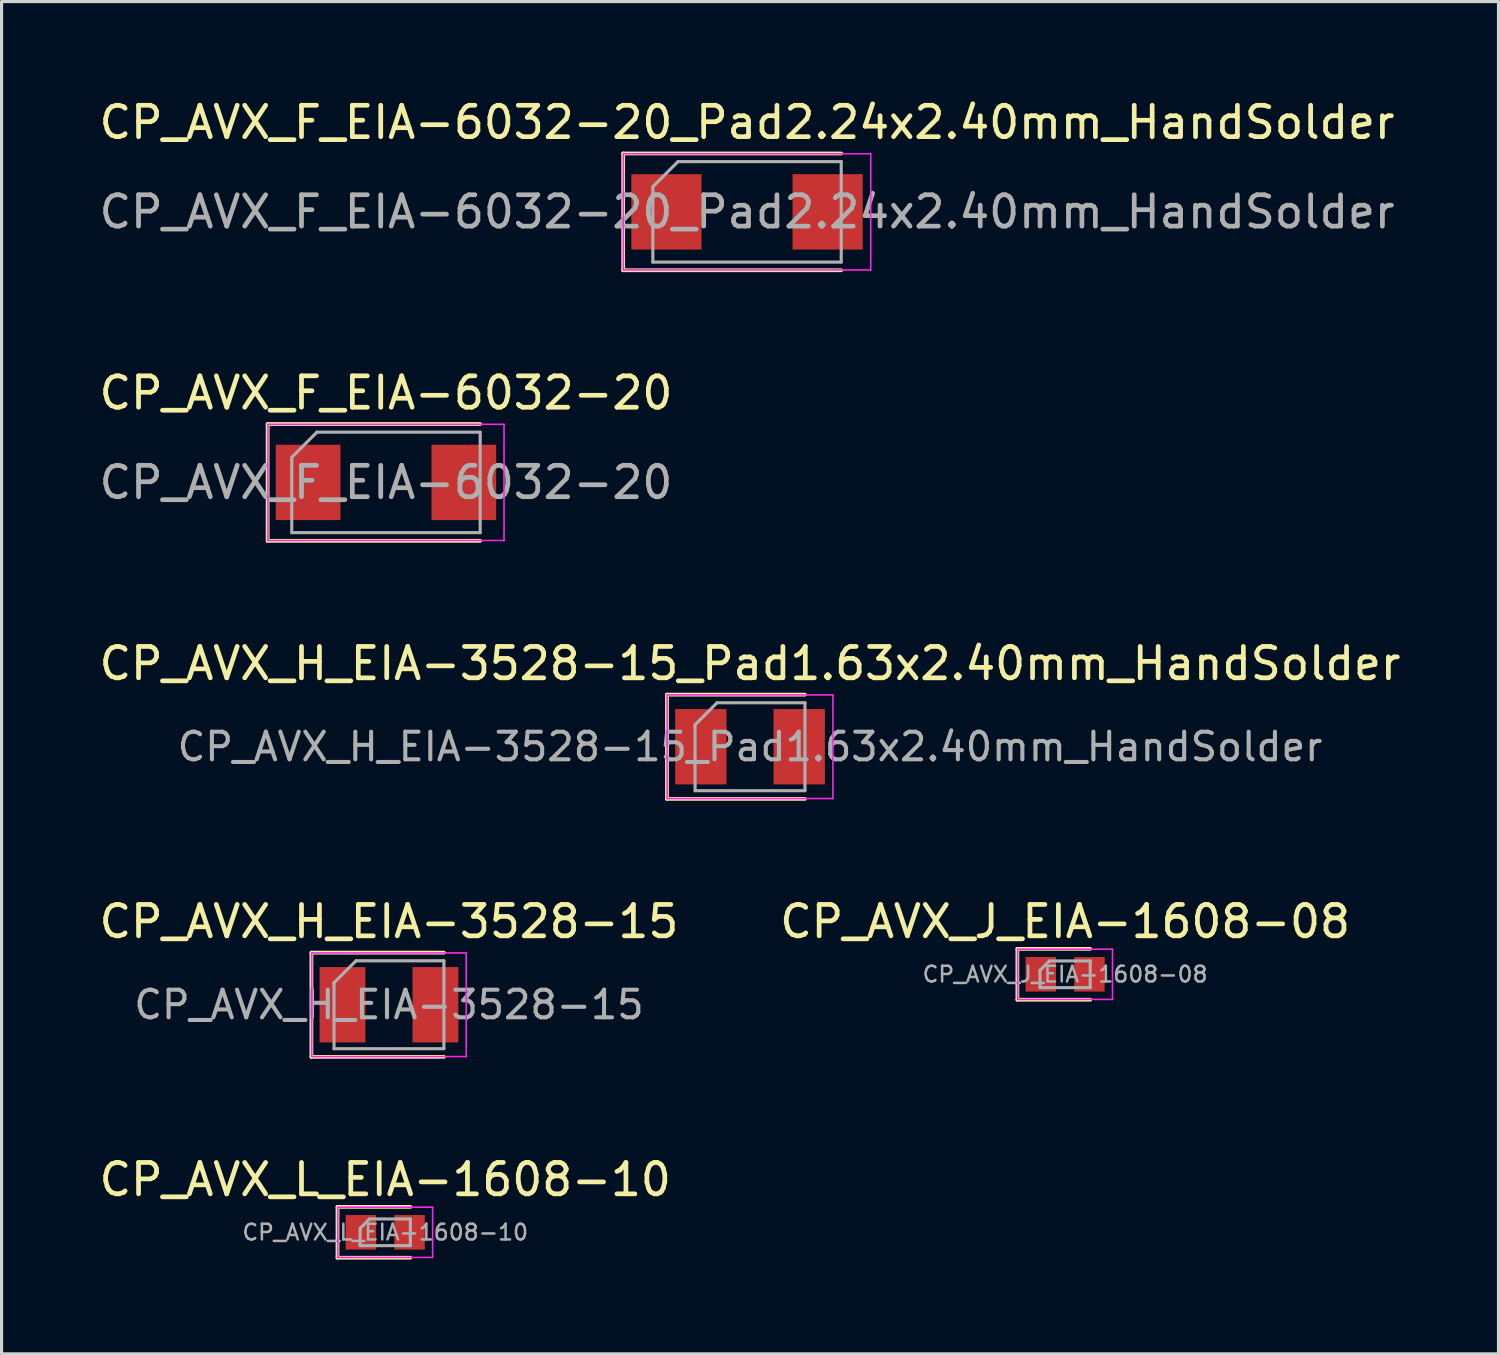
<source format=kicad_pcb>
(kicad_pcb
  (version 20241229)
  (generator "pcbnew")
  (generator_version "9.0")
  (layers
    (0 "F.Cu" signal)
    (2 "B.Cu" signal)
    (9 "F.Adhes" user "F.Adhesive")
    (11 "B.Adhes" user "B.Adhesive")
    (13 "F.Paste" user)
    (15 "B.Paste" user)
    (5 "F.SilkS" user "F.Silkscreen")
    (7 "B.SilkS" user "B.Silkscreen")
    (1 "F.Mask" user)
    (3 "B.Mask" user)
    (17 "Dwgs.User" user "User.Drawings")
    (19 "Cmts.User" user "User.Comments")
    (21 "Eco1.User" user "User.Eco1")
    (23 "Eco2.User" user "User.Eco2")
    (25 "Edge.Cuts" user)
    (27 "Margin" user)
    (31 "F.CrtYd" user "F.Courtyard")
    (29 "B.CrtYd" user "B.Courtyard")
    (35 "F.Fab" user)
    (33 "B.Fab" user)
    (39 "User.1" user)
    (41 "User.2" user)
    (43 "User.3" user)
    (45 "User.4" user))
  (footprint "CP_AVX_H_EIA-3528-15"
    (layer "F.Cu")
    (at 9.339 28.953)
    (property "Reference" "CP_AVX_H_EIA-3528-15" (at 0 -2.65 0) (layer "F.SilkS") (effects (font (size 1 1) (thickness 0.15))))
    (attr smd)
    (fp_line (start -2.47 -1.66) (end -2.47 1.66) (stroke (width 0.12) (type solid)) (layer "F.SilkS"))
    (fp_line (start -2.47 1.66) (end 1.75 1.66) (stroke (width 0.12) (type solid)) (layer "F.SilkS"))
    (fp_line (start 1.75 -1.66) (end -2.47 -1.66) (stroke (width 0.12) (type solid)) (layer "F.SilkS"))
    (fp_line (start -2.46 -1.65) (end 2.46 -1.65) (stroke (width 0.05) (type solid)) (layer "F.CrtYd"))
    (fp_line (start -2.46 1.65) (end -2.46 -1.65) (stroke (width 0.05) (type solid)) (layer "F.CrtYd"))
    (fp_line (start 2.46 -1.65) (end 2.46 1.65) (stroke (width 0.05) (type solid)) (layer "F.CrtYd"))
    (fp_line (start 2.46 1.65) (end -2.46 1.65) (stroke (width 0.05) (type solid)) (layer "F.CrtYd"))
    (fp_line (start -1.75 -0.7) (end -1.75 1.4) (stroke (width 0.1) (type solid)) (layer "F.Fab"))
    (fp_line (start -1.75 1.4) (end 1.75 1.4) (stroke (width 0.1) (type solid)) (layer "F.Fab"))
    (fp_line (start -1.05 -1.4) (end -1.75 -0.7) (stroke (width 0.1) (type solid)) (layer "F.Fab"))
    (fp_line (start 1.75 -1.4) (end -1.05 -1.4) (stroke (width 0.1) (type solid)) (layer "F.Fab"))
    (fp_line (start 1.75 1.4) (end 1.75 -1.4) (stroke (width 0.1) (type solid)) (layer "F.Fab"))
    (fp_text user "${REFERENCE}" (at 0 0 0) (layer "F.Fab") (effects (font (size 0.88 0.88) (thickness 0.13))))
    (pad "1" smd rect (at -1.48 0) (size 1.46 2.4) (layers "F.Cu" "F.Mask" "F.Paste"))
    (pad "2" smd rect (at 1.48 0) (size 1.46 2.4) (layers "F.Cu" "F.Mask" "F.Paste")))
  (footprint "CP_AVX_H_EIA-3528-15_Pad1.63x2.40mm_HandSolder"
    (layer "F.Cu")
    (at 20.839 20.735)
    (property "Reference" "CP_AVX_H_EIA-3528-15_Pad1.63x2.40mm_HandSolder" (at 0 -2.65 0) (layer "F.SilkS") (effects (font (size 1 1) (thickness 0.15))))
    (attr smd)
    (fp_line (start -2.645 -1.66) (end -2.645 1.66) (stroke (width 0.12) (type solid)) (layer "F.SilkS"))
    (fp_line (start -2.645 1.66) (end 1.75 1.66) (stroke (width 0.12) (type solid)) (layer "F.SilkS"))
    (fp_line (start 1.75 -1.66) (end -2.645 -1.66) (stroke (width 0.12) (type solid)) (layer "F.SilkS"))
    (fp_line (start -2.64 -1.65) (end 2.64 -1.65) (stroke (width 0.05) (type solid)) (layer "F.CrtYd"))
    (fp_line (start -2.64 1.65) (end -2.64 -1.65) (stroke (width 0.05) (type solid)) (layer "F.CrtYd"))
    (fp_line (start 2.64 -1.65) (end 2.64 1.65) (stroke (width 0.05) (type solid)) (layer "F.CrtYd"))
    (fp_line (start 2.64 1.65) (end -2.64 1.65) (stroke (width 0.05) (type solid)) (layer "F.CrtYd"))
    (fp_line (start -1.75 -0.7) (end -1.75 1.4) (stroke (width 0.1) (type solid)) (layer "F.Fab"))
    (fp_line (start -1.75 1.4) (end 1.75 1.4) (stroke (width 0.1) (type solid)) (layer "F.Fab"))
    (fp_line (start -1.05 -1.4) (end -1.75 -0.7) (stroke (width 0.1) (type solid)) (layer "F.Fab"))
    (fp_line (start 1.75 -1.4) (end -1.05 -1.4) (stroke (width 0.1) (type solid)) (layer "F.Fab"))
    (fp_line (start 1.75 1.4) (end 1.75 -1.4) (stroke (width 0.1) (type solid)) (layer "F.Fab"))
    (fp_text user "${REFERENCE}" (at 0 0 0) (layer "F.Fab") (effects (font (size 0.88 0.88) (thickness 0.13))))
    (pad "1" smd rect (at -1.567 0) (size 1.635 2.4) (layers "F.Cu" "F.Mask" "F.Paste"))
    (pad "2" smd rect (at 1.567 0) (size 1.635 2.4) (layers "F.Cu" "F.Mask" "F.Paste")))
  (footprint "CP_AVX_J_EIA-1608-08"
    (layer "F.Cu")
    (at 30.875 27.983)
    (property "Reference" "CP_AVX_J_EIA-1608-08" (at 0 -1.68 0) (layer "F.SilkS") (effects (font (size 1 1) (thickness 0.15))))
    (attr smd)
    (fp_line (start -1.52 -0.81) (end -1.52 0.81) (stroke (width 0.12) (type solid)) (layer "F.SilkS"))
    (fp_line (start -1.52 0.81) (end 0.8 0.81) (stroke (width 0.12) (type solid)) (layer "F.SilkS"))
    (fp_line (start 0.8 -0.81) (end -1.52 -0.81) (stroke (width 0.12) (type solid)) (layer "F.SilkS"))
    (fp_line (start -1.51 -0.8) (end 1.51 -0.8) (stroke (width 0.05) (type solid)) (layer "F.CrtYd"))
    (fp_line (start -1.51 0.8) (end -1.51 -0.8) (stroke (width 0.05) (type solid)) (layer "F.CrtYd"))
    (fp_line (start 1.51 -0.8) (end 1.51 0.8) (stroke (width 0.05) (type solid)) (layer "F.CrtYd"))
    (fp_line (start 1.51 0.8) (end -1.51 0.8) (stroke (width 0.05) (type solid)) (layer "F.CrtYd"))
    (fp_line (start -0.8 -0.125) (end -0.8 0.425) (stroke (width 0.1) (type solid)) (layer "F.Fab"))
    (fp_line (start -0.8 0.425) (end 0.8 0.425) (stroke (width 0.1) (type solid)) (layer "F.Fab"))
    (fp_line (start -0.5 -0.425) (end -0.8 -0.125) (stroke (width 0.1) (type solid)) (layer "F.Fab"))
    (fp_line (start 0.8 -0.425) (end -0.5 -0.425) (stroke (width 0.1) (type solid)) (layer "F.Fab"))
    (fp_line (start 0.8 0.425) (end 0.8 -0.425) (stroke (width 0.1) (type solid)) (layer "F.Fab"))
    (fp_text user "${REFERENCE}" (at 0 0 0) (layer "F.Fab") (effects (font (size 0.5 0.5) (thickness 0.08))))
    (pad "1" smd rect (at -0.775 0) (size 0.97 1.1) (layers "F.Cu" "F.Mask" "F.Paste"))
    (pad "2" smd rect (at 0.775 0) (size 0.97 1.1) (layers "F.Cu" "F.Mask" "F.Paste")))
  (footprint "CP_AVX_F_EIA-6032-20_Pad2.24x2.40mm_HandSolder"
    (layer "F.Cu")
    (at 20.744 3.698)
    (property "Reference" "CP_AVX_F_EIA-6032-20_Pad2.24x2.40mm_HandSolder" (at 0 -2.85 0) (layer "F.SilkS") (effects (font (size 1 1) (thickness 0.15))))
    (attr smd)
    (fp_line (start -3.945 -1.86) (end -3.945 1.86) (stroke (width 0.12) (type solid)) (layer "F.SilkS"))
    (fp_line (start -3.945 1.86) (end 3 1.86) (stroke (width 0.12) (type solid)) (layer "F.SilkS"))
    (fp_line (start 3 -1.86) (end -3.945 -1.86) (stroke (width 0.12) (type solid)) (layer "F.SilkS"))
    (fp_line (start -3.94 -1.85) (end 3.94 -1.85) (stroke (width 0.05) (type solid)) (layer "F.CrtYd"))
    (fp_line (start -3.94 1.85) (end -3.94 -1.85) (stroke (width 0.05) (type solid)) (layer "F.CrtYd"))
    (fp_line (start 3.94 -1.85) (end 3.94 1.85) (stroke (width 0.05) (type solid)) (layer "F.CrtYd"))
    (fp_line (start 3.94 1.85) (end -3.94 1.85) (stroke (width 0.05) (type solid)) (layer "F.CrtYd"))
    (fp_line (start -3 -0.8) (end -3 1.6) (stroke (width 0.1) (type solid)) (layer "F.Fab"))
    (fp_line (start -3 1.6) (end 3 1.6) (stroke (width 0.1) (type solid)) (layer "F.Fab"))
    (fp_line (start -2.2 -1.6) (end -3 -0.8) (stroke (width 0.1) (type solid)) (layer "F.Fab"))
    (fp_line (start 3 -1.6) (end -2.2 -1.6) (stroke (width 0.1) (type solid)) (layer "F.Fab"))
    (fp_line (start 3 1.6) (end 3 -1.6) (stroke (width 0.1) (type solid)) (layer "F.Fab"))
    (fp_text user "${REFERENCE}" (at 0 0 0) (layer "F.Fab") (effects (font (size 1 1) (thickness 0.15))))
    (pad "1" smd rect (at -2.567 0) (size 2.235 2.4) (layers "F.Cu" "F.Mask" "F.Paste"))
    (pad "2" smd rect (at 2.567 0) (size 2.235 2.4) (layers "F.Cu" "F.Mask" "F.Paste")))
  (footprint "CP_AVX_F_EIA-6032-20"
    (layer "F.Cu")
    (at 9.244 12.316)
    (property "Reference" "CP_AVX_F_EIA-6032-20" (at 0 -2.85 0) (layer "F.SilkS") (effects (font (size 1 1) (thickness 0.15))))
    (attr smd)
    (fp_line (start -3.77 -1.86) (end -3.77 1.86) (stroke (width 0.12) (type solid)) (layer "F.SilkS"))
    (fp_line (start -3.77 1.86) (end 3 1.86) (stroke (width 0.12) (type solid)) (layer "F.SilkS"))
    (fp_line (start 3 -1.86) (end -3.77 -1.86) (stroke (width 0.12) (type solid)) (layer "F.SilkS"))
    (fp_line (start -3.76 -1.85) (end 3.76 -1.85) (stroke (width 0.05) (type solid)) (layer "F.CrtYd"))
    (fp_line (start -3.76 1.85) (end -3.76 -1.85) (stroke (width 0.05) (type solid)) (layer "F.CrtYd"))
    (fp_line (start 3.76 -1.85) (end 3.76 1.85) (stroke (width 0.05) (type solid)) (layer "F.CrtYd"))
    (fp_line (start 3.76 1.85) (end -3.76 1.85) (stroke (width 0.05) (type solid)) (layer "F.CrtYd"))
    (fp_line (start -3 -0.8) (end -3 1.6) (stroke (width 0.1) (type solid)) (layer "F.Fab"))
    (fp_line (start -3 1.6) (end 3 1.6) (stroke (width 0.1) (type solid)) (layer "F.Fab"))
    (fp_line (start -2.2 -1.6) (end -3 -0.8) (stroke (width 0.1) (type solid)) (layer "F.Fab"))
    (fp_line (start 3 -1.6) (end -2.2 -1.6) (stroke (width 0.1) (type solid)) (layer "F.Fab"))
    (fp_line (start 3 1.6) (end 3 -1.6) (stroke (width 0.1) (type solid)) (layer "F.Fab"))
    (fp_text user "${REFERENCE}" (at 0 0 0) (layer "F.Fab") (effects (font (size 1 1) (thickness 0.15))))
    (pad "1" smd rect (at -2.48 0) (size 2.06 2.4) (layers "F.Cu" "F.Mask" "F.Paste"))
    (pad "2" smd rect (at 2.48 0) (size 2.06 2.4) (layers "F.Cu" "F.Mask" "F.Paste")))
  (footprint "CP_AVX_L_EIA-1608-10"
    (layer "F.Cu")
    (at 9.22 36.201)
    (property "Reference" "CP_AVX_L_EIA-1608-10" (at 0 -1.68 0) (layer "F.SilkS") (effects (font (size 1 1) (thickness 0.15))))
    (attr smd)
    (fp_line (start -1.52 -0.81) (end -1.52 0.81) (stroke (width 0.12) (type solid)) (layer "F.SilkS"))
    (fp_line (start -1.52 0.81) (end 0.8 0.81) (stroke (width 0.12) (type solid)) (layer "F.SilkS"))
    (fp_line (start 0.8 -0.81) (end -1.52 -0.81) (stroke (width 0.12) (type solid)) (layer "F.SilkS"))
    (fp_line (start -1.51 -0.8) (end 1.51 -0.8) (stroke (width 0.05) (type solid)) (layer "F.CrtYd"))
    (fp_line (start -1.51 0.8) (end -1.51 -0.8) (stroke (width 0.05) (type solid)) (layer "F.CrtYd"))
    (fp_line (start 1.51 -0.8) (end 1.51 0.8) (stroke (width 0.05) (type solid)) (layer "F.CrtYd"))
    (fp_line (start 1.51 0.8) (end -1.51 0.8) (stroke (width 0.05) (type solid)) (layer "F.CrtYd"))
    (fp_line (start -0.8 -0.125) (end -0.8 0.425) (stroke (width 0.1) (type solid)) (layer "F.Fab"))
    (fp_line (start -0.8 0.425) (end 0.8 0.425) (stroke (width 0.1) (type solid)) (layer "F.Fab"))
    (fp_line (start -0.5 -0.425) (end -0.8 -0.125) (stroke (width 0.1) (type solid)) (layer "F.Fab"))
    (fp_line (start 0.8 -0.425) (end -0.5 -0.425) (stroke (width 0.1) (type solid)) (layer "F.Fab"))
    (fp_line (start 0.8 0.425) (end 0.8 -0.425) (stroke (width 0.1) (type solid)) (layer "F.Fab"))
    (fp_text user "${REFERENCE}" (at 0 0 0) (layer "F.Fab") (effects (font (size 0.5 0.5) (thickness 0.08))))
    (pad "1" smd rect (at -0.775 0) (size 0.97 1.1) (layers "F.Cu" "F.Mask" "F.Paste"))
    (pad "2" smd rect (at 0.775 0) (size 0.97 1.1) (layers "F.Cu" "F.Mask" "F.Paste")))
  (gr_rect
    (start -3 -3)
    (end 44.679 40.071)
    (stroke (width 0.1) (type default))
    (fill no)
    (layer "Edge.Cuts")))
</source>
